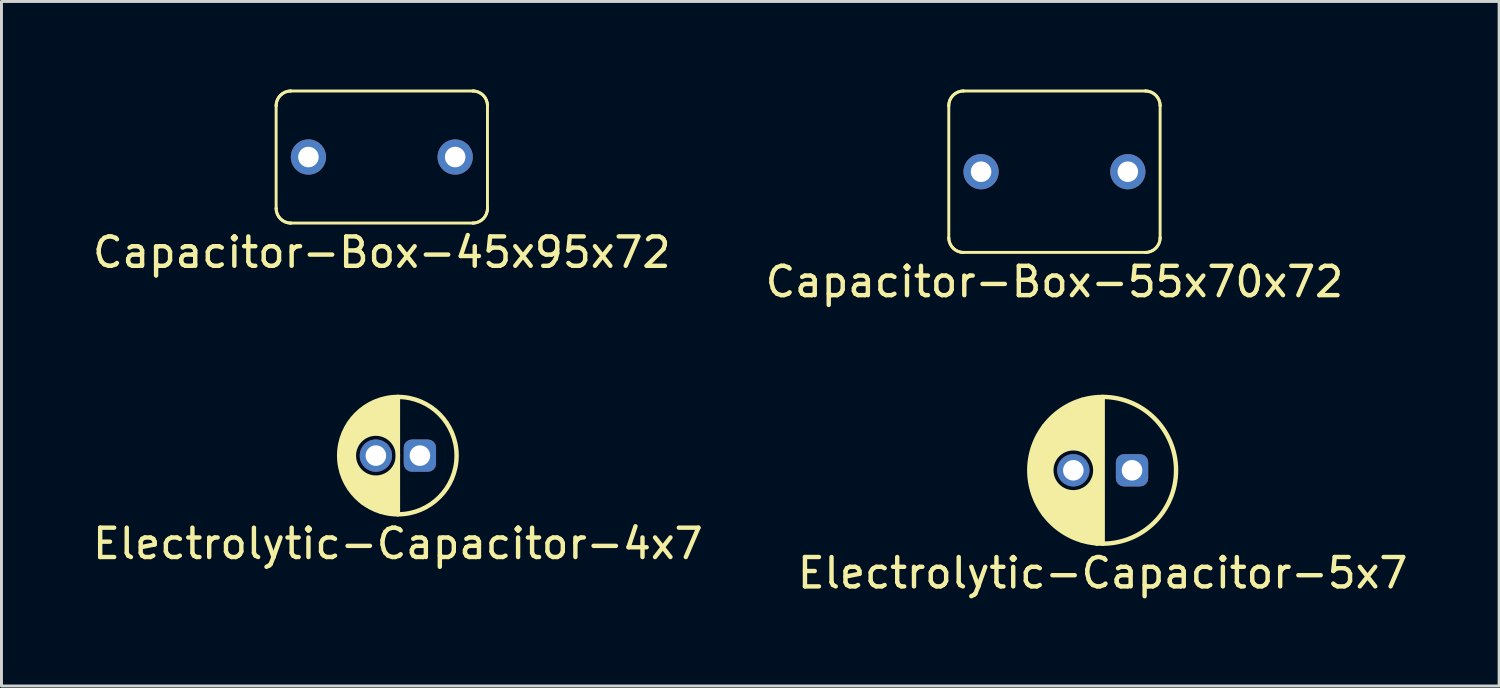
<source format=kicad_pcb>
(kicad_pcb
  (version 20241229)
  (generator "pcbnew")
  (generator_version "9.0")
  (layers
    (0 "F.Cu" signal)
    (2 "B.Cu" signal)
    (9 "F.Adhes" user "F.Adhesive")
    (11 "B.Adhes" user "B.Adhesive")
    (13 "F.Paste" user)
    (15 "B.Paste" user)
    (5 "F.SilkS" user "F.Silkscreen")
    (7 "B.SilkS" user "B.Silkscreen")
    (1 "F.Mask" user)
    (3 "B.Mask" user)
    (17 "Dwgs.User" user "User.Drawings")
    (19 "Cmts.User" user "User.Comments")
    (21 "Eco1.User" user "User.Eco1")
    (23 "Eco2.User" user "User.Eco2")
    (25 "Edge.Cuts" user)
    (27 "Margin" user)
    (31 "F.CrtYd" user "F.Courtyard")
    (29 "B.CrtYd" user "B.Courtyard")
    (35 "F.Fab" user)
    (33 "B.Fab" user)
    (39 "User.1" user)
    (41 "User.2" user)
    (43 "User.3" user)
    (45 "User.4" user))
  (footprint "Capacitor-Box-45x95x72"
    (layer "F.Cu")
    (at 9.958 2.3)
    (property "Reference" "Capacitor-Box-45x95x72" (at 0 3.25 0) (layer "F.SilkS") (effects (font (size 1 1) (thickness 0.15))))
    (attr through_hole)
    (fp_line (start -3.6 1.75) (end -3.6 -1.75) (stroke (width 0.1) (type solid)) (layer "F.SilkS"))
    (fp_line (start -3.1 -2.25) (end 3.1 -2.25) (stroke (width 0.1) (type solid)) (layer "F.SilkS"))
    (fp_line (start 3.1 2.25) (end -3.1 2.25) (stroke (width 0.1) (type solid)) (layer "F.SilkS"))
    (fp_line (start 3.6 -1.75) (end 3.6 1.75) (stroke (width 0.1) (type solid)) (layer "F.SilkS"))
    (fp_arc (start -3.6 -1.75) (mid -3.453553 -2.103553) (end -3.1 -2.25) (stroke (width 0.1) (type solid)) (layer "F.SilkS"))
    (fp_arc (start -3.6 -1.75) (mid -3.453553 -2.103553) (end -3.1 -2.25) (stroke (width 0.1) (type solid)) (layer "F.SilkS"))
    (fp_arc (start -3.1 2.25) (mid -3.453553 2.103553) (end -3.6 1.75) (stroke (width 0.1) (type solid)) (layer "F.SilkS"))
    (fp_arc (start -3.1 2.25) (mid -3.453553 2.103553) (end -3.6 1.75) (stroke (width 0.1) (type solid)) (layer "F.SilkS"))
    (fp_arc (start 3.1 -2.25) (mid 3.453553 -2.103553) (end 3.6 -1.75) (stroke (width 0.1) (type solid)) (layer "F.SilkS"))
    (fp_arc (start 3.1 -2.25) (mid 3.453553 -2.103553) (end 3.6 -1.75) (stroke (width 0.1) (type solid)) (layer "F.SilkS"))
    (fp_arc (start 3.6 1.75) (mid 3.453553 2.103553) (end 3.1 2.25) (stroke (width 0.1) (type solid)) (layer "F.SilkS"))
    (fp_arc (start 3.6 1.75) (mid 3.453553 2.103553) (end 3.1 2.25) (stroke (width 0.1) (type solid)) (layer "F.SilkS"))
    (pad "1" thru_hole circle (at -2.5 0) (size 1.2 1.2) (drill 0.7) (layers "*.Cu" "*.Mask"))
    (pad "2" thru_hole circle (at 2.5 0) (size 1.2 1.2) (drill 0.7) (layers "*.Cu" "*.Mask")))
  (footprint "Capacitor-Box-55x70x72"
    (layer "F.Cu")
    (at 32.875 2.8)
    (property "Reference" "Capacitor-Box-55x70x72" (at 0 3.75 0) (layer "F.SilkS") (effects (font (size 1 1) (thickness 0.15))))
    (attr through_hole)
    (fp_line (start -3.6 2.25) (end -3.6 -2.25) (stroke (width 0.1) (type solid)) (layer "F.SilkS"))
    (fp_line (start -3.1 -2.75) (end 3.1 -2.75) (stroke (width 0.1) (type solid)) (layer "F.SilkS"))
    (fp_line (start 3.1 2.75) (end -3.1 2.75) (stroke (width 0.1) (type solid)) (layer "F.SilkS"))
    (fp_line (start 3.6 -2.25) (end 3.6 2.25) (stroke (width 0.1) (type solid)) (layer "F.SilkS"))
    (fp_arc (start -3.6 -2.25) (mid -3.453553 -2.603553) (end -3.1 -2.75) (stroke (width 0.1) (type solid)) (layer "F.SilkS"))
    (fp_arc (start -3.6 -2.25) (mid -3.453553 -2.603553) (end -3.1 -2.75) (stroke (width 0.1) (type solid)) (layer "F.SilkS"))
    (fp_arc (start -3.1 2.75) (mid -3.453553 2.603553) (end -3.6 2.25) (stroke (width 0.1) (type solid)) (layer "F.SilkS"))
    (fp_arc (start -3.1 2.75) (mid -3.453553 2.603553) (end -3.6 2.25) (stroke (width 0.1) (type solid)) (layer "F.SilkS"))
    (fp_arc (start 3.1 -2.75) (mid 3.453553 -2.603553) (end 3.6 -2.25) (stroke (width 0.1) (type solid)) (layer "F.SilkS"))
    (fp_arc (start 3.1 -2.75) (mid 3.453553 -2.603553) (end 3.6 -2.25) (stroke (width 0.1) (type solid)) (layer "F.SilkS"))
    (fp_arc (start 3.6 2.25) (mid 3.453553 2.603553) (end 3.1 2.75) (stroke (width 0.1) (type solid)) (layer "F.SilkS"))
    (fp_arc (start 3.6 2.25) (mid 3.453553 2.603553) (end 3.1 2.75) (stroke (width 0.1) (type solid)) (layer "F.SilkS"))
    (pad "1" thru_hole circle (at -2.5 0) (size 1.2 1.2) (drill 0.7) (layers "*.Cu" "*.Mask"))
    (pad "2" thru_hole circle (at 2.5 0) (size 1.2 1.2) (drill 0.7) (layers "*.Cu" "*.Mask")))
  (footprint "Electrolytic-Capacitor-4x7"
    (layer "F.Cu")
    (at 10.506 12.473)
    (property "Reference" "Electrolytic-Capacitor-4x7" (at 0 3 0) (layer "F.SilkS") (effects (font (size 1 1) (thickness 0.15))))
    (attr through_hole)
    (fp_line (start -1.9 0.6) (end -1.9 -0.6) (stroke (width 0.15) (type solid)) (layer "F.SilkS"))
    (fp_line (start -1.8 -0.7) (end -1.8 0.7) (stroke (width 0.15) (type solid)) (layer "F.SilkS"))
    (fp_line (start -1.7 0.9) (end -1.7 -0.9) (stroke (width 0.15) (type solid)) (layer "F.SilkS"))
    (fp_line (start -1.6 -1.1) (end -1.6 1.1) (stroke (width 0.15) (type solid)) (layer "F.SilkS"))
    (fp_line (start -1.5 -1.2) (end -1.5 -0.3) (stroke (width 0.15) (type solid)) (layer "F.SilkS"))
    (fp_line (start -1.5 1.2) (end -1.5 0.3) (stroke (width 0.15) (type solid)) (layer "F.SilkS"))
    (fp_line (start -1.4 -0.5) (end -1.4 -1.3) (stroke (width 0.15) (type solid)) (layer "F.SilkS"))
    (fp_line (start -1.4 1.4) (end -1.4 0.5) (stroke (width 0.15) (type solid)) (layer "F.SilkS"))
    (fp_line (start -1.3 -1.4) (end -1.3 -0.6) (stroke (width 0.15) (type solid)) (layer "F.SilkS"))
    (fp_line (start -1.3 1.5) (end -1.3 0.6) (stroke (width 0.15) (type solid)) (layer "F.SilkS"))
    (fp_line (start -1.2 -0.7) (end -1.2 -1.5) (stroke (width 0.15) (type solid)) (layer "F.SilkS"))
    (fp_line (start -1.2 1.6) (end -1.2 0.7) (stroke (width 0.15) (type solid)) (layer "F.SilkS"))
    (fp_line (start -1.1 -0.7) (end -1.1 -1.6) (stroke (width 0.15) (type solid)) (layer "F.SilkS"))
    (fp_line (start -1.1 1.6) (end -1.1 0.8) (stroke (width 0.15) (type solid)) (layer "F.SilkS"))
    (fp_line (start -1 -0.8) (end -1 -1.7) (stroke (width 0.15) (type solid)) (layer "F.SilkS"))
    (fp_line (start -1 1.7) (end -1 0.8) (stroke (width 0.15) (type solid)) (layer "F.SilkS"))
    (fp_line (start -0.9 -0.8) (end -0.9 -1.7) (stroke (width 0.15) (type solid)) (layer "F.SilkS"))
    (fp_line (start -0.9 1.7) (end -0.9 0.8) (stroke (width 0.15) (type solid)) (layer "F.SilkS"))
    (fp_line (start -0.8 -0.8) (end -0.8 -1.7) (stroke (width 0.15) (type solid)) (layer "F.SilkS"))
    (fp_line (start -0.8 1.8) (end -0.8 0.8) (stroke (width 0.15) (type solid)) (layer "F.SilkS"))
    (fp_line (start -0.7 -0.8) (end -0.7 -1.8) (stroke (width 0.15) (type solid)) (layer "F.SilkS"))
    (fp_line (start -0.7 1.8) (end -0.7 0.8) (stroke (width 0.15) (type solid)) (layer "F.SilkS"))
    (fp_line (start -0.6 -0.8) (end -0.6 -1.8) (stroke (width 0.15) (type solid)) (layer "F.SilkS"))
    (fp_line (start -0.6 1.9) (end -0.6 0.8) (stroke (width 0.15) (type solid)) (layer "F.SilkS"))
    (fp_line (start -0.5 -0.8) (end -0.5 -1.8) (stroke (width 0.15) (type solid)) (layer "F.SilkS"))
    (fp_line (start -0.5 0.8) (end -0.5 1.9) (stroke (width 0.15) (type solid)) (layer "F.SilkS"))
    (fp_line (start -0.4 -0.8) (end -0.4 -1.9) (stroke (width 0.15) (type solid)) (layer "F.SilkS"))
    (fp_line (start -0.4 1.9) (end -0.4 0.7) (stroke (width 0.15) (type solid)) (layer "F.SilkS"))
    (fp_line (start -0.3 -0.7) (end -0.3 -1.9) (stroke (width 0.15) (type solid)) (layer "F.SilkS"))
    (fp_line (start -0.3 0.7) (end -0.3 1.9) (stroke (width 0.15) (type solid)) (layer "F.SilkS"))
    (fp_line (start -0.2 -0.6) (end -0.2 -1.9) (stroke (width 0.15) (type solid)) (layer "F.SilkS"))
    (fp_line (start -0.2 1.9) (end -0.2 0.6) (stroke (width 0.15) (type solid)) (layer "F.SilkS"))
    (fp_line (start -0.1 -0.5) (end -0.1 -1.9) (stroke (width 0.15) (type solid)) (layer "F.SilkS"))
    (fp_line (start -0.1 0.5) (end -0.1 1.9) (stroke (width 0.15) (type solid)) (layer "F.SilkS"))
    (fp_line (start 0 -2) (end 0 2) (stroke (width 0.15) (type solid)) (layer "F.SilkS"))
    (fp_circle (center -0.75 0) (end 0 0) (stroke (width 0.15) (type solid)) (fill no) (layer "F.SilkS"))
    (fp_circle (center 0 0) (end 2 0) (stroke (width 0.15) (type solid)) (fill no) (layer "F.SilkS"))
    (pad "A" thru_hole roundrect (at 0.75 0) (size 1.1 1.1) (drill 0.7) (layers "*.Cu" "*.Mask") (roundrect_rratio 0.25))
    (pad "K" thru_hole circle (at -0.75 0) (size 1.1 1.1) (drill 0.7) (layers "*.Cu" "*.Mask")))
  (footprint "Electrolytic-Capacitor-5x7"
    (layer "F.Cu")
    (at 34.518 12.973)
    (property "Reference" "Electrolytic-Capacitor-5x7" (at 0 3.5 0) (layer "F.SilkS") (effects (font (size 1 1) (thickness 0.15))))
    (attr through_hole)
    (fp_line (start -2.4 0.6) (end -2.4 -0.6) (stroke (width 0.15) (type solid)) (layer "F.SilkS"))
    (fp_line (start -2.3 -0.9) (end -2.3 0.9) (stroke (width 0.15) (type solid)) (layer "F.SilkS"))
    (fp_line (start -2.2 1.1) (end -2.2 -1.1) (stroke (width 0.15) (type solid)) (layer "F.SilkS"))
    (fp_line (start -2.1 -1.3) (end -2.1 1.3) (stroke (width 0.15) (type solid)) (layer "F.SilkS"))
    (fp_line (start -2 -1.5) (end -2 1.5) (stroke (width 0.15) (type solid)) (layer "F.SilkS"))
    (fp_line (start -1.9 1.6) (end -1.9 -1.6) (stroke (width 0.15) (type solid)) (layer "F.SilkS"))
    (fp_line (start -1.8 -1.7) (end -1.8 1.7) (stroke (width 0.15) (type solid)) (layer "F.SilkS"))
    (fp_line (start -1.7 -0.4) (end -1.7 -1.7) (stroke (width 0.15) (type solid)) (layer "F.SilkS"))
    (fp_line (start -1.7 1.8) (end -1.7 0.4) (stroke (width 0.15) (type solid)) (layer "F.SilkS"))
    (fp_line (start -1.6 -1.8) (end -1.6 -0.5) (stroke (width 0.15) (type solid)) (layer "F.SilkS"))
    (fp_line (start -1.6 0.5) (end -1.6 1.9) (stroke (width 0.15) (type solid)) (layer "F.SilkS"))
    (fp_line (start -1.5 -0.6) (end -1.5 -1.9) (stroke (width 0.15) (type solid)) (layer "F.SilkS"))
    (fp_line (start -1.5 1.9) (end -1.5 0.6) (stroke (width 0.15) (type solid)) (layer "F.SilkS"))
    (fp_line (start -1.4 -2) (end -1.4 -0.7) (stroke (width 0.15) (type solid)) (layer "F.SilkS"))
    (fp_line (start -1.4 0.7) (end -1.4 2) (stroke (width 0.15) (type solid)) (layer "F.SilkS"))
    (fp_line (start -1.3 -0.7) (end -1.3 -2) (stroke (width 0.15) (type solid)) (layer "F.SilkS"))
    (fp_line (start -1.3 2.1) (end -1.3 0.8) (stroke (width 0.15) (type solid)) (layer "F.SilkS"))
    (fp_line (start -1.2 -2.1) (end -1.2 -0.8) (stroke (width 0.15) (type solid)) (layer "F.SilkS"))
    (fp_line (start -1.2 0.8) (end -1.2 2.1) (stroke (width 0.15) (type solid)) (layer "F.SilkS"))
    (fp_line (start -1.1 -0.8) (end -1.1 -2.2) (stroke (width 0.15) (type solid)) (layer "F.SilkS"))
    (fp_line (start -1.1 0.8) (end -1.1 2.2) (stroke (width 0.15) (type solid)) (layer "F.SilkS"))
    (fp_line (start -1 -2.2) (end -1 -0.8) (stroke (width 0.15) (type solid)) (layer "F.SilkS"))
    (fp_line (start -1 2.2) (end -1 0.8) (stroke (width 0.15) (type solid)) (layer "F.SilkS"))
    (fp_line (start -0.9 -0.8) (end -0.9 -2.2) (stroke (width 0.15) (type solid)) (layer "F.SilkS"))
    (fp_line (start -0.9 0.8) (end -0.9 2.3) (stroke (width 0.15) (type solid)) (layer "F.SilkS"))
    (fp_line (start -0.8 -2.3) (end -0.8 -0.8) (stroke (width 0.15) (type solid)) (layer "F.SilkS"))
    (fp_line (start -0.8 2.3) (end -0.8 0.8) (stroke (width 0.15) (type solid)) (layer "F.SilkS"))
    (fp_line (start -0.7 -0.8) (end -0.7 -2.4) (stroke (width 0.15) (type solid)) (layer "F.SilkS"))
    (fp_line (start -0.7 0.7) (end -0.7 2.4) (stroke (width 0.15) (type solid)) (layer "F.SilkS"))
    (fp_line (start -0.6 -2.4) (end -0.6 -0.7) (stroke (width 0.15) (type solid)) (layer "F.SilkS"))
    (fp_line (start -0.6 2.4) (end -0.6 0.7) (stroke (width 0.15) (type solid)) (layer "F.SilkS"))
    (fp_line (start -0.5 -0.7) (end -0.5 -2.4) (stroke (width 0.15) (type solid)) (layer "F.SilkS"))
    (fp_line (start -0.5 0.6) (end -0.5 2.4) (stroke (width 0.15) (type solid)) (layer "F.SilkS"))
    (fp_line (start -0.4 -2.4) (end -0.4 -0.6) (stroke (width 0.15) (type solid)) (layer "F.SilkS"))
    (fp_line (start -0.4 2.4) (end -0.4 0.5) (stroke (width 0.15) (type solid)) (layer "F.SilkS"))
    (fp_line (start -0.3 -0.4) (end -0.3 -2.4) (stroke (width 0.15) (type solid)) (layer "F.SilkS"))
    (fp_line (start -0.3 2.4) (end -0.3 0.3) (stroke (width 0.15) (type solid)) (layer "F.SilkS"))
    (fp_line (start -0.2 2.5) (end -0.2 -2.4) (stroke (width 0.15) (type solid)) (layer "F.SilkS"))
    (fp_line (start -0.1 -2.4) (end -0.1 2.4) (stroke (width 0.15) (type solid)) (layer "F.SilkS"))
    (fp_line (start 0 2.5) (end 0 -2.5) (stroke (width 0.15) (type solid)) (layer "F.SilkS"))
    (fp_circle (center -1 0) (end -0.25 0) (stroke (width 0.15) (type solid)) (fill no) (layer "F.SilkS"))
    (fp_circle (center 0 0) (end 2.5 0) (stroke (width 0.15) (type solid)) (fill no) (layer "F.SilkS"))
    (pad "A" thru_hole roundrect (at 1 0) (size 1.1 1.1) (drill 0.7) (layers "*.Cu" "*.Mask") (roundrect_rratio 0.25))
    (pad "K" thru_hole circle (at -1 0) (size 1.1 1.1) (drill 0.7) (layers "*.Cu" "*.Mask")))
  (gr_rect
    (start -3 -3)
    (end 48.024 20.322)
    (stroke (width 0.1) (type default))
    (fill no)
    (layer "Edge.Cuts")))
</source>
